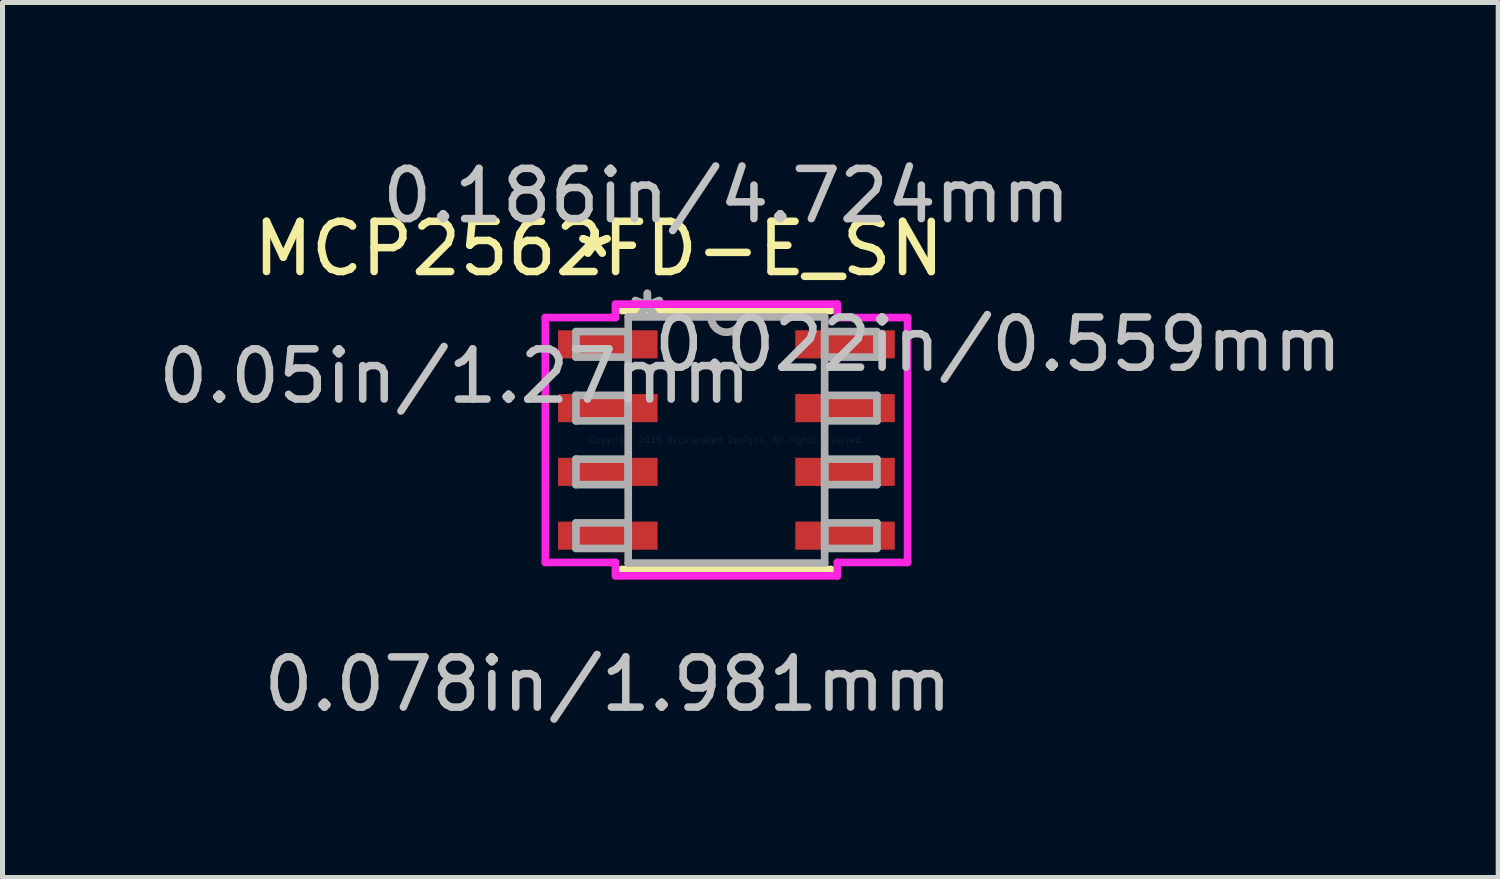
<source format=kicad_pcb>
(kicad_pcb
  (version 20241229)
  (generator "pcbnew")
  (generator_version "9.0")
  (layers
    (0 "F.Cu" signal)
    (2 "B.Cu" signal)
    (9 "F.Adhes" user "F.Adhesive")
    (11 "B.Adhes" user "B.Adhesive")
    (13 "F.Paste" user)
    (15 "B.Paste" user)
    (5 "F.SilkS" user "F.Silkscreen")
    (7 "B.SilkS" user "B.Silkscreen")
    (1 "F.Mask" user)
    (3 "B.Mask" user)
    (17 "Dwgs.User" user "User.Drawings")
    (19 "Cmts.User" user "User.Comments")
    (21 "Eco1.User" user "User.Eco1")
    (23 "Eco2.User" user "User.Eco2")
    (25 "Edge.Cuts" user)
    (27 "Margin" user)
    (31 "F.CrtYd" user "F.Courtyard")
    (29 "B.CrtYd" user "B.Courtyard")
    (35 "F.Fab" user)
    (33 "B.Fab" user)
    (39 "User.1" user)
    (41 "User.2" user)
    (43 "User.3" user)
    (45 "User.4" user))
  (footprint "MCP2562FD-E_SN"
    (layer "F.Cu")
    (at 11.416 5.712)
    (property "Reference" "MCP2562FD-E_SN" (at -2.54 -3.81 0) (layer "F.SilkS") (effects (font (size 1 1) (thickness 0.15))))
    (attr through_hole)
    (fp_line (start -2.083 2.578) (end 2.083 2.578) (stroke (width 0.152) (type solid)) (layer "F.SilkS"))
    (fp_line (start 2.083 -2.578) (end -2.083 -2.578) (stroke (width 0.152) (type solid)) (layer "F.SilkS"))
    (fp_line (start -3.607 -2.438) (end -2.21 -2.438) (stroke (width 0.152) (type solid)) (layer "F.CrtYd"))
    (fp_line (start -3.607 2.438) (end -3.607 -2.438) (stroke (width 0.152) (type solid)) (layer "F.CrtYd"))
    (fp_line (start -2.21 -2.705) (end 2.21 -2.705) (stroke (width 0.152) (type solid)) (layer "F.CrtYd"))
    (fp_line (start -2.21 -2.438) (end -2.21 -2.705) (stroke (width 0.152) (type solid)) (layer "F.CrtYd"))
    (fp_line (start -2.21 2.438) (end -3.607 2.438) (stroke (width 0.152) (type solid)) (layer "F.CrtYd"))
    (fp_line (start -2.21 2.705) (end -2.21 2.438) (stroke (width 0.152) (type solid)) (layer "F.CrtYd"))
    (fp_line (start 2.21 -2.705) (end 2.21 -2.438) (stroke (width 0.152) (type solid)) (layer "F.CrtYd"))
    (fp_line (start 2.21 -2.438) (end 3.607 -2.438) (stroke (width 0.152) (type solid)) (layer "F.CrtYd"))
    (fp_line (start 2.21 2.438) (end 2.21 2.705) (stroke (width 0.152) (type solid)) (layer "F.CrtYd"))
    (fp_line (start 2.21 2.705) (end -2.21 2.705) (stroke (width 0.152) (type solid)) (layer "F.CrtYd"))
    (fp_line (start 3.607 -2.438) (end 3.607 2.438) (stroke (width 0.152) (type solid)) (layer "F.CrtYd"))
    (fp_line (start 3.607 2.438) (end 2.21 2.438) (stroke (width 0.152) (type solid)) (layer "F.CrtYd"))
    (fp_line (start -2.997 -2.159) (end -2.997 -1.651) (stroke (width 0.152) (type solid)) (layer "F.Fab"))
    (fp_line (start -2.997 -1.651) (end -1.956 -1.651) (stroke (width 0.152) (type solid)) (layer "F.Fab"))
    (fp_line (start -2.997 -0.889) (end -2.997 -0.381) (stroke (width 0.152) (type solid)) (layer "F.Fab"))
    (fp_line (start -2.997 -0.381) (end -1.956 -0.381) (stroke (width 0.152) (type solid)) (layer "F.Fab"))
    (fp_line (start -2.997 0.381) (end -2.997 0.889) (stroke (width 0.152) (type solid)) (layer "F.Fab"))
    (fp_line (start -2.997 0.889) (end -1.956 0.889) (stroke (width 0.152) (type solid)) (layer "F.Fab"))
    (fp_line (start -2.997 1.651) (end -2.997 2.159) (stroke (width 0.152) (type solid)) (layer "F.Fab"))
    (fp_line (start -2.997 2.159) (end -1.956 2.159) (stroke (width 0.152) (type solid)) (layer "F.Fab"))
    (fp_line (start -1.956 -2.451) (end -1.956 2.451) (stroke (width 0.152) (type solid)) (layer "F.Fab"))
    (fp_line (start -1.956 -2.159) (end -2.997 -2.159) (stroke (width 0.152) (type solid)) (layer "F.Fab"))
    (fp_line (start -1.956 -1.651) (end -1.956 -2.159) (stroke (width 0.152) (type solid)) (layer "F.Fab"))
    (fp_line (start -1.956 -0.889) (end -2.997 -0.889) (stroke (width 0.152) (type solid)) (layer "F.Fab"))
    (fp_line (start -1.956 -0.381) (end -1.956 -0.889) (stroke (width 0.152) (type solid)) (layer "F.Fab"))
    (fp_line (start -1.956 0.381) (end -2.997 0.381) (stroke (width 0.152) (type solid)) (layer "F.Fab"))
    (fp_line (start -1.956 0.889) (end -1.956 0.381) (stroke (width 0.152) (type solid)) (layer "F.Fab"))
    (fp_line (start -1.956 1.651) (end -2.997 1.651) (stroke (width 0.152) (type solid)) (layer "F.Fab"))
    (fp_line (start -1.956 2.159) (end -1.956 1.651) (stroke (width 0.152) (type solid)) (layer "F.Fab"))
    (fp_line (start -1.956 2.451) (end 1.956 2.451) (stroke (width 0.152) (type solid)) (layer "F.Fab"))
    (fp_line (start 1.956 -2.451) (end -1.956 -2.451) (stroke (width 0.152) (type solid)) (layer "F.Fab"))
    (fp_line (start 1.956 -2.159) (end 1.956 -1.651) (stroke (width 0.152) (type solid)) (layer "F.Fab"))
    (fp_line (start 1.956 -1.651) (end 2.997 -1.651) (stroke (width 0.152) (type solid)) (layer "F.Fab"))
    (fp_line (start 1.956 -0.889) (end 1.956 -0.381) (stroke (width 0.152) (type solid)) (layer "F.Fab"))
    (fp_line (start 1.956 -0.381) (end 2.997 -0.381) (stroke (width 0.152) (type solid)) (layer "F.Fab"))
    (fp_line (start 1.956 0.381) (end 1.956 0.889) (stroke (width 0.152) (type solid)) (layer "F.Fab"))
    (fp_line (start 1.956 0.889) (end 2.997 0.889) (stroke (width 0.152) (type solid)) (layer "F.Fab"))
    (fp_line (start 1.956 1.651) (end 1.956 2.159) (stroke (width 0.152) (type solid)) (layer "F.Fab"))
    (fp_line (start 1.956 2.159) (end 2.997 2.159) (stroke (width 0.152) (type solid)) (layer "F.Fab"))
    (fp_line (start 1.956 2.451) (end 1.956 -2.451) (stroke (width 0.152) (type solid)) (layer "F.Fab"))
    (fp_line (start 2.997 -2.159) (end 1.956 -2.159) (stroke (width 0.152) (type solid)) (layer "F.Fab"))
    (fp_line (start 2.997 -1.651) (end 2.997 -2.159) (stroke (width 0.152) (type solid)) (layer "F.Fab"))
    (fp_line (start 2.997 -0.889) (end 1.956 -0.889) (stroke (width 0.152) (type solid)) (layer "F.Fab"))
    (fp_line (start 2.997 -0.381) (end 2.997 -0.889) (stroke (width 0.152) (type solid)) (layer "F.Fab"))
    (fp_line (start 2.997 0.381) (end 1.956 0.381) (stroke (width 0.152) (type solid)) (layer "F.Fab"))
    (fp_line (start 2.997 0.889) (end 2.997 0.381) (stroke (width 0.152) (type solid)) (layer "F.Fab"))
    (fp_line (start 2.997 1.651) (end 1.956 1.651) (stroke (width 0.152) (type solid)) (layer "F.Fab"))
    (fp_line (start 2.997 2.159) (end 2.997 1.651) (stroke (width 0.152) (type solid)) (layer "F.Fab"))
    (fp_arc (start 0.3048 -2.4511) (mid 0 -2.1463) (end -0.3048 -2.4511) (stroke (width 0.1524) (type solid)) (layer "F.Fab"))
    (fp_text user "*" (at -2.616 -3.607 0) (layer "F.SilkS") (effects (font (size 1 1) (thickness 0.15))))
    (fp_text user "*" (at -2.616 -3.607 0) (layer "F.SilkS") (effects (font (size 1 1) (thickness 0.15))))
    (fp_text user "0.022in/0.559mm" (at 5.41 -1.905 0) (layer "Dwgs.User") (effects (font (size 1 1) (thickness 0.15))))
    (fp_text user "0.078in/1.981mm" (at -2.362 4.864 0) (layer "Dwgs.User") (effects (font (size 1 1) (thickness 0.15))))
    (fp_text user "0.05in/1.27mm" (at -5.41 -1.27 0) (layer "Dwgs.User") (effects (font (size 1 1) (thickness 0.15))))
    (fp_text user "0.186in/4.724mm" (at 0 -4.864 0) (layer "Dwgs.User") (effects (font (size 1 1) (thickness 0.15))))
    (fp_text user "Copyright 2016 Accelerated Designs. All rights reserved." (at 0 0 0) (layer "Cmts.User") (effects (font (size 0.127 0.127) (thickness 0.002))))
    (fp_text user "*" (at -1.575 -2.375 0) (layer "F.Fab") (effects (font (size 1 1) (thickness 0.15))))
    (fp_text user "*" (at -1.575 -2.375 0) (layer "F.Fab") (effects (font (size 1 1) (thickness 0.15))))
    (pad "1" smd rect (at -2.362 -1.905) (size 1.981 0.559) (layers "F.Cu" "F.Mask" "F.Paste"))
    (pad "2" smd rect (at -2.362 -0.635) (size 1.981 0.559) (layers "F.Cu" "F.Mask" "F.Paste"))
    (pad "3" smd rect (at -2.362 0.635) (size 1.981 0.559) (layers "F.Cu" "F.Mask" "F.Paste"))
    (pad "4" smd rect (at -2.362 1.905) (size 1.981 0.559) (layers "F.Cu" "F.Mask" "F.Paste"))
    (pad "5" smd rect (at 2.362 1.905) (size 1.981 0.559) (layers "F.Cu" "F.Mask" "F.Paste"))
    (pad "6" smd rect (at 2.362 0.635) (size 1.981 0.559) (layers "F.Cu" "F.Mask" "F.Paste"))
    (pad "7" smd rect (at 2.362 -0.635) (size 1.981 0.559) (layers "F.Cu" "F.Mask" "F.Paste"))
    (pad "8" smd rect (at 2.362 -1.905) (size 1.981 0.559) (layers "F.Cu" "F.Mask" "F.Paste")))
  (gr_rect
    (start -3 -3)
    (end 26.785 14.425)
    (stroke (width 0.1) (type default))
    (fill no)
    (layer "Edge.Cuts")))
</source>
